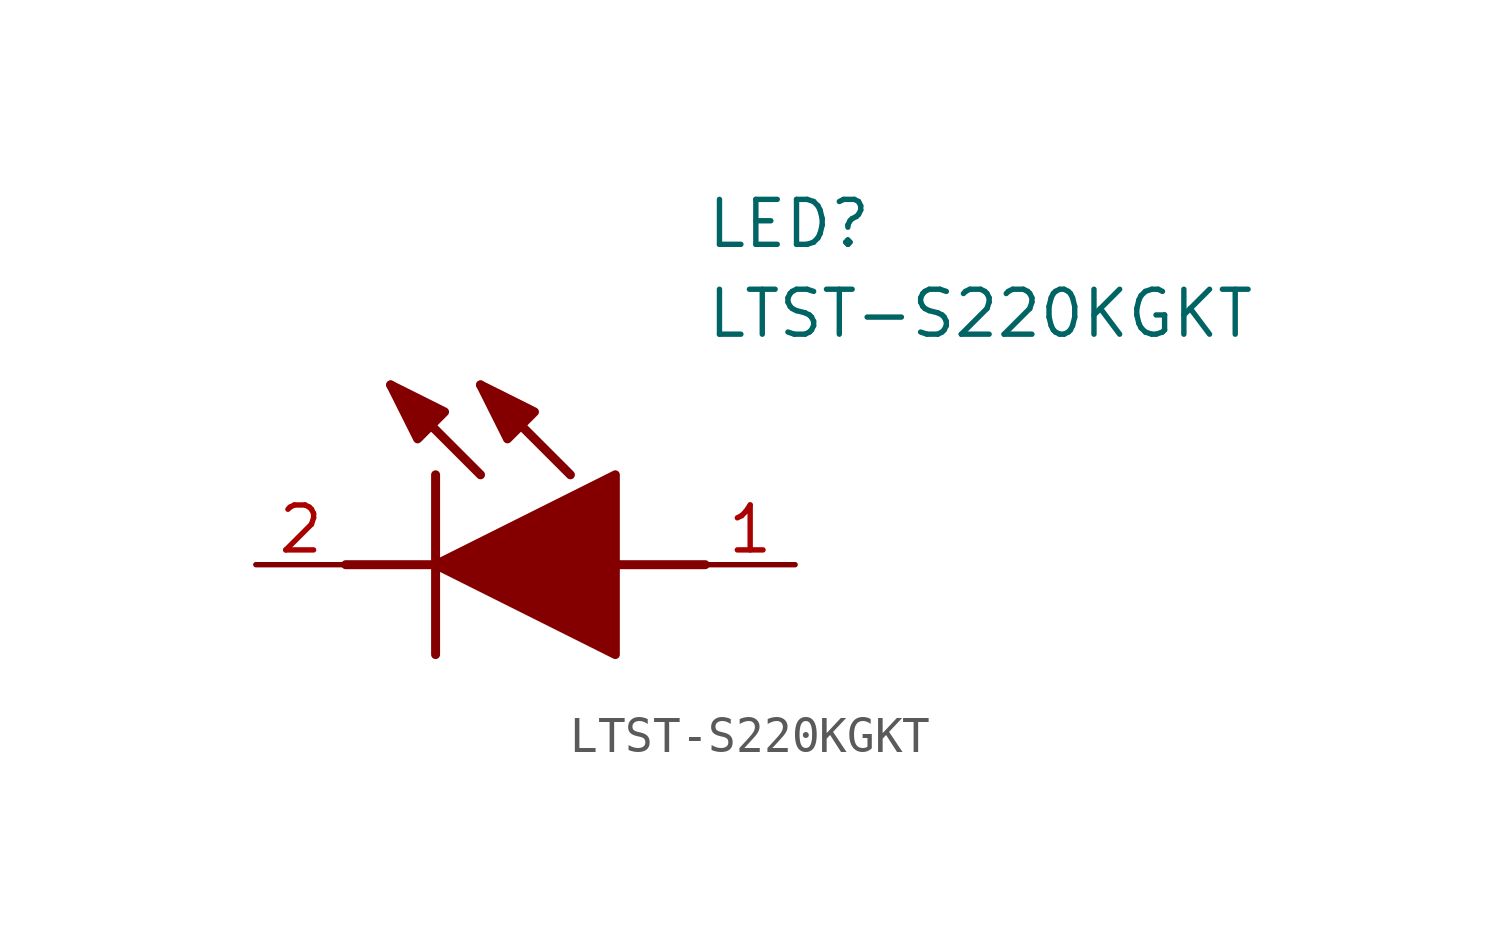
<source format=kicad_sym>
(kicad_symbol_lib
  (version 20211014)
  (generator SamacSys_ECAD_Model)
  (symbol "LTST-S220KGKT"
    (pin_names hide)
    (property "Reference" "LED"
      (at 12.7 8.89 0)
      (effects (font (size 1.27 1.27)) (justify left bottom)))
    (property "Value" "LTST-S220KGKT"
      (at 12.7 6.35 0)
      (effects (font (size 1.27 1.27)) (justify left bottom)))
    (polyline
      (pts (xy 5.08 2.54) (xy 5.08 -2.54))
      (stroke (width 0.254) (type default))
      (fill (type none)))
    (polyline
      (pts (xy 6.35 2.54) (xy 3.81 5.08))
      (stroke (width 0.254) (type default))
      (fill (type none)))
    (polyline
      (pts (xy 8.89 2.54) (xy 6.35 5.08))
      (stroke (width 0.254) (type default))
      (fill (type none)))
    (polyline
      (pts (xy 2.54 0) (xy 5.08 0))
      (stroke (width 0.254) (type default))
      (fill (type none)))
    (polyline
      (pts (xy 10.16 0) (xy 12.7 0))
      (stroke (width 0.254) (type default))
      (fill (type none)))
    (polyline
      (pts (xy 5.08 0) (xy 10.16 2.54) (xy 10.16 -2.54) (xy 5.08 0))
      (stroke (width 0.254) (type default))
      (fill (type outline)))
    (polyline
      (pts (xy 5.334 4.318) (xy 4.572 3.556) (xy 3.81 5.08) (xy 5.334 4.318))
      (stroke (width 0.254) (type default))
      (fill (type outline)))
    (polyline
      (pts (xy 7.874 4.318) (xy 7.112 3.556) (xy 6.35 5.08) (xy 7.874 4.318))
      (stroke (width 0.254) (type default))
      (fill (type outline)))
    (pin passive line
      (at 0 0 0)
      (length 2.54)
      (name "K" (effects (font (size 1.27 1.27))))
      (number "2" (effects (font (size 1.27 1.27)))))
    (pin passive line
      (at 15.24 0 180)
      (length 2.54)
      (name "A" (effects (font (size 1.27 1.27))))
      (number "1" (effects (font (size 1.27 1.27)))))))
</source>
